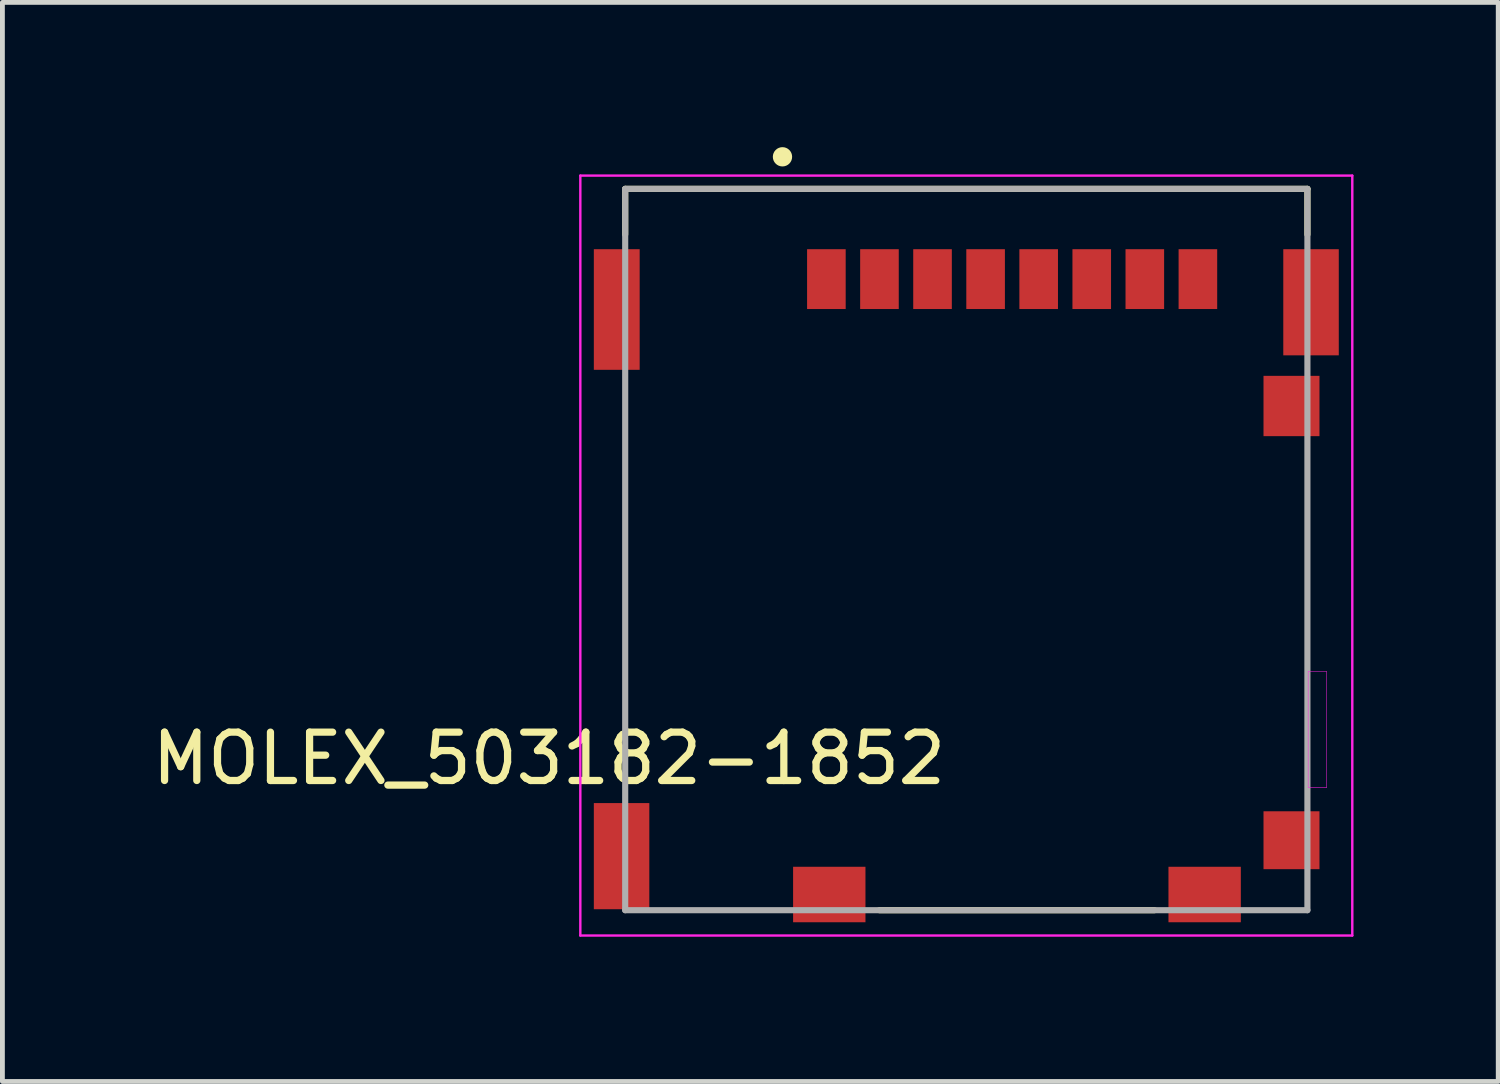
<source format=kicad_pcb>
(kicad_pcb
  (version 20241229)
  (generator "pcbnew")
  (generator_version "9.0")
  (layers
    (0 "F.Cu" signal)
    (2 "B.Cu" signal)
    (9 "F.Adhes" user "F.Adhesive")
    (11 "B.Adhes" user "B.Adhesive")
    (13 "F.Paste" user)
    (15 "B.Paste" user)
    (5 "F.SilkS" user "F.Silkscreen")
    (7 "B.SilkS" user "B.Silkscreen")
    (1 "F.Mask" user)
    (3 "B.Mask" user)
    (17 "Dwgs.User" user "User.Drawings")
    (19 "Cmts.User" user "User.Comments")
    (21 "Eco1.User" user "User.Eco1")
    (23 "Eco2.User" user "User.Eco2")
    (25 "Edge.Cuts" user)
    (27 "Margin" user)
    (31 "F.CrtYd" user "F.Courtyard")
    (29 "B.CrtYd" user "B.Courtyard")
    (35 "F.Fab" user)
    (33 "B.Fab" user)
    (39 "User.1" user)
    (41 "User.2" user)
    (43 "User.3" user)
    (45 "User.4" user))
  (footprint "MOLEX_503182-1852"
    (layer "F.Cu")
    (at 16.978 9.09)
    (property "Reference" "MOLEX_503182-1852" (at -8.649 3.581 180) (layer "F.SilkS") (effects (font (size 1.002 1.002) (thickness 0.15))))
    (attr smd)
    (fp_line (start -7.07 -8.225) (end 7.07 -8.225) (stroke (width 0.127) (type solid)) (layer "F.SilkS"))
    (fp_line (start -7.07 -7.28) (end -7.07 -8.225) (stroke (width 0.127) (type solid)) (layer "F.SilkS"))
    (fp_line (start -1.8 6.725) (end 3.9 6.725) (stroke (width 0.127) (type solid)) (layer "F.SilkS"))
    (fp_line (start 7.07 -8.225) (end 7.07 -7.28) (stroke (width 0.127) (type solid)) (layer "F.SilkS"))
    (fp_circle (center -3.81 -8.89) (end -3.71 -8.89) (stroke (width 0.2) (type solid)) (fill no) (layer "F.SilkS"))
    (fp_line (start -8 -8.5) (end -8 7.25) (stroke (width 0.05) (type solid)) (layer "F.CrtYd"))
    (fp_line (start -8 7.25) (end 8 7.25) (stroke (width 0.05) (type solid)) (layer "F.CrtYd"))
    (fp_line (start 8 -8.5) (end -8 -8.5) (stroke (width 0.05) (type solid)) (layer "F.CrtYd"))
    (fp_line (start 8 7.25) (end 8 -8.5) (stroke (width 0.05) (type solid)) (layer "F.CrtYd"))
    (fp_poly (pts (xy 7.085 1.775) (xy 7.47 1.775) (xy 7.47 4.184) (xy 7.085 4.184)) (stroke (width 0.01) (type solid)) (fill no) (layer "F.CrtYd"))
    (fp_line (start -7.07 -8.225) (end 7.07 -8.225) (stroke (width 0.127) (type solid)) (layer "F.Fab"))
    (fp_line (start -7.07 6.725) (end -7.07 -8.225) (stroke (width 0.127) (type solid)) (layer "F.Fab"))
    (fp_line (start 7.07 -8.225) (end 7.07 6.725) (stroke (width 0.127) (type solid)) (layer "F.Fab"))
    (fp_line (start 7.07 6.725) (end -7.07 6.725) (stroke (width 0.127) (type solid)) (layer "F.Fab"))
    (pad "1" smd rect (at -2.9 -6.355) (size 0.8 1.24) (layers "F.Cu" "F.Mask" "F.Paste"))
    (pad "2" smd rect (at -1.8 -6.355) (size 0.8 1.24) (layers "F.Cu" "F.Mask" "F.Paste"))
    (pad "3" smd rect (at -0.7 -6.355) (size 0.8 1.24) (layers "F.Cu" "F.Mask" "F.Paste"))
    (pad "4" smd rect (at 0.4 -6.355) (size 0.8 1.24) (layers "F.Cu" "F.Mask" "F.Paste"))
    (pad "5" smd rect (at 1.5 -6.355) (size 0.8 1.24) (layers "F.Cu" "F.Mask" "F.Paste"))
    (pad "6" smd rect (at 2.6 -6.355) (size 0.8 1.24) (layers "F.Cu" "F.Mask" "F.Paste"))
    (pad "7" smd rect (at 3.7 -6.355) (size 0.8 1.24) (layers "F.Cu" "F.Mask" "F.Paste"))
    (pad "8" smd rect (at 4.8 -6.355) (size 0.8 1.24) (layers "F.Cu" "F.Mask" "F.Paste"))
    (pad "DT" smd rect (at 6.74 5.275) (size 1.16 1.2) (layers "F.Cu" "F.Mask" "F.Paste"))
    (pad "P1" smd rect (at -7.245 -5.725) (size 0.95 2.5) (layers "F.Cu" "F.Mask" "F.Paste"))
    (pad "P2" smd rect (at 7.145 -5.875) (size 1.15 2.2) (layers "F.Cu" "F.Mask" "F.Paste"))
    (pad "P3" smd rect (at -7.145 5.605) (size 1.15 2.2) (layers "F.Cu" "F.Mask" "F.Paste"))
    (pad "P4" smd rect (at -2.84 6.4) (size 1.5 1.15) (layers "F.Cu" "F.Mask" "F.Paste"))
    (pad "P5" smd rect (at 4.94 6.4) (size 1.5 1.15) (layers "F.Cu" "F.Mask" "F.Paste"))
    (pad "SW" smd rect (at 6.74 -3.725) (size 1.16 1.25) (layers "F.Cu" "F.Mask" "F.Paste"))
    (zone (net_name "") (layer "F.Cu") (hatch full 0.508) (connect_pads) (min_thickness 0.01) (filled_areas_thickness no) (keepout (tracks not_allowed) (vias not_allowed) (pads not_allowed) (copperpour not_allowed) (footprints allowed)) (placement (enabled no)) (fill) (polygon (pts (xy 13.318 8.365) (xy 22.528 8.365) (xy 22.528 11.772) (xy 13.318 11.772))))
    (zone (net_name "") (layer "F.Cu") (hatch full 0.508) (connect_pads) (min_thickness 0.01) (filled_areas_thickness no) (keepout (tracks not_allowed) (vias not_allowed) (pads not_allowed) (copperpour not_allowed) (footprints allowed)) (placement (enabled no)) (fill) (polygon (pts (xy 13.32 3.605) (xy 22.528 3.605) (xy 22.528 8.363) (xy 13.32 8.363))))
    (zone (net_name "") (layers "F.Cu" "B.Cu") (hatch full 0.508) (connect_pads) (min_thickness 0.01) (filled_areas_thickness no) (keepout (tracks allowed) (vias not_allowed) (pads allowed) (copperpour allowed) (footprints allowed)) (placement (enabled no)) (fill) (polygon (pts (xy 13.322 3.605) (xy 22.528 3.605) (xy 22.528 8.364) (xy 13.322 8.364))))
    (zone (net_name "") (layer "B.Cu") (hatch full 0.508) (connect_pads) (min_thickness 0.01) (filled_areas_thickness no) (keepout (tracks not_allowed) (vias not_allowed) (pads not_allowed) (copperpour not_allowed) (footprints allowed)) (placement (enabled no)) (fill) (polygon (pts (xy 13.323 3.605) (xy 22.528 3.605) (xy 22.528 8.364) (xy 13.323 8.364)))))
  (gr_rect
    (start -3 -3)
    (end 28.003 19.365)
    (stroke (width 0.1) (type default))
    (fill no)
    (layer "Edge.Cuts")))
</source>
